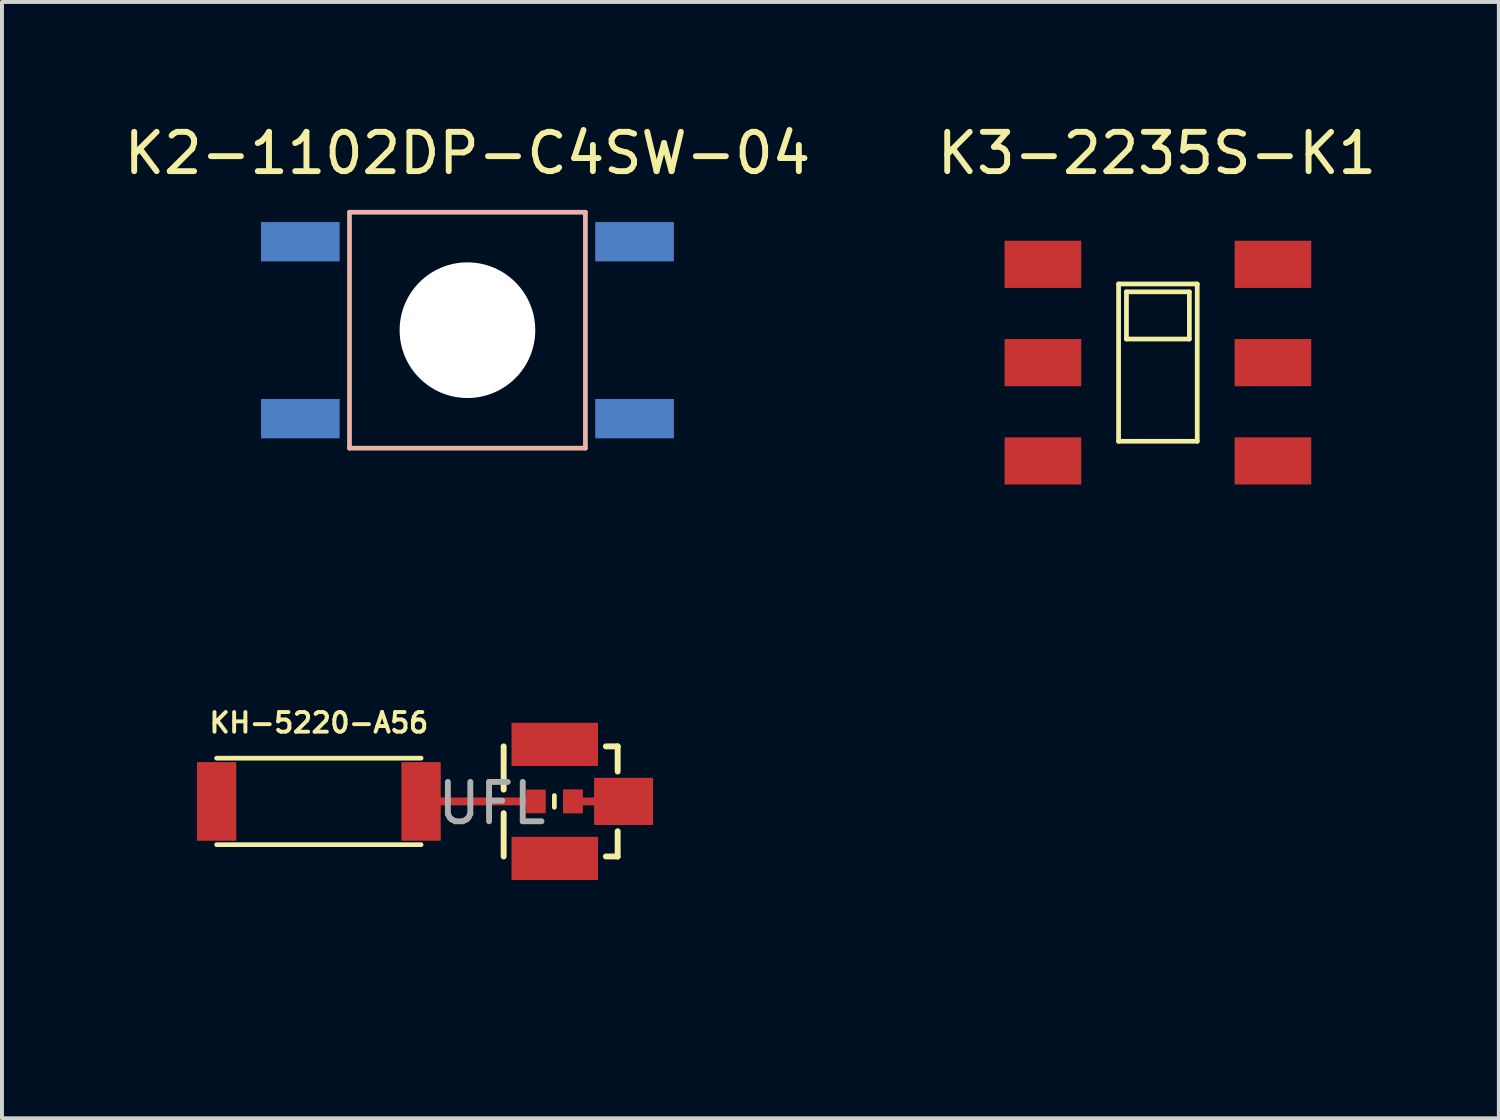
<source format=kicad_pcb>
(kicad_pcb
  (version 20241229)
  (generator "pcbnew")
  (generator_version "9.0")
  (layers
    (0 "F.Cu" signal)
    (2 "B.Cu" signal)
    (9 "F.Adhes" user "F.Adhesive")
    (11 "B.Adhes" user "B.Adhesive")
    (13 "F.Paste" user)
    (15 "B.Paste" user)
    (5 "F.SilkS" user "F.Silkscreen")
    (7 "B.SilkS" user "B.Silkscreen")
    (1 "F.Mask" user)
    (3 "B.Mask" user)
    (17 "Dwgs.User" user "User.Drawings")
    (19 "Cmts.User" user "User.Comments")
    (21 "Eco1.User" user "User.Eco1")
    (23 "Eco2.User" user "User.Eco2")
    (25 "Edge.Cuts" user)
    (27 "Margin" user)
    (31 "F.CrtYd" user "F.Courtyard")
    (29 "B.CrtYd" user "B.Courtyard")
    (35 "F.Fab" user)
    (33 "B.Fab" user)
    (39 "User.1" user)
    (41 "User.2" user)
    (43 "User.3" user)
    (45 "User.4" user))
  (footprint "KH-5220-A56"
    (layer "F.Cu")
    (at 5.06 17.333)
    (property "Reference" "KH-5220-A56" (at 0 -2 0) (layer "F.SilkS") (effects (font (size 0.5 0.5) (thickness 0.1))))
    (attr through_hole)
    (fp_line (start -2.6 -1.1) (end 2.6 -1.1) (stroke (width 0.12) (type solid)) (layer "F.SilkS"))
    (fp_line (start -2.6 1.1) (end 2.6 1.1) (stroke (width 0.12) (type solid)) (layer "F.SilkS"))
    (fp_line (start 4.7 -0.3) (end 4.7 -1.4) (stroke (width 0.15) (type solid)) (layer "F.SilkS"))
    (fp_line (start 4.7 0.3) (end 4.7 1.4) (stroke (width 0.15) (type solid)) (layer "F.SilkS"))
    (fp_line (start 5.99 -0.15) (end 5.99 0.15) (stroke (width 0.12) (type solid)) (layer "F.SilkS"))
    (fp_line (start 7.3 -1.4) (end 7.6 -1.4) (stroke (width 0.15) (type solid)) (layer "F.SilkS"))
    (fp_line (start 7.6 -0.76) (end 7.6 -1.4) (stroke (width 0.15) (type solid)) (layer "F.SilkS"))
    (fp_line (start 7.6 1.4) (end 7.3 1.4) (stroke (width 0.15) (type solid)) (layer "F.SilkS"))
    (fp_line (start 7.6 1.4) (end 7.6 0.76) (stroke (width 0.15) (type solid)) (layer "F.SilkS"))
    (fp_line (start 5 -5) (end -5 -5) (stroke (width 0.12) (type solid)) (layer "Eco1.User"))
    (fp_line (start 5 5) (end -5 5) (stroke (width 0.12) (type solid)) (layer "Eco1.User"))
    (fp_line (start 5 5) (end 5 -5) (stroke (width 0.12) (type solid)) (layer "Eco1.User"))
    (fp_text user "keepout" (at 0 3.5 0) (layer "Eco1.User") (effects (font (size 1 1) (thickness 0.15))))
    (fp_text user "keepout" (at 0 -3.5 0) (layer "Eco1.User") (effects (font (size 1 1) (thickness 0.15))))
    (fp_text user "UFL" (at 4.4 0.05 0) (layer "F.Fab") (effects (font (size 1 1) (thickness 0.15))))
    (pad "" smd rect (at 2.6 0 180) (size 1 2) (layers "F.Cu" "F.Mask" "F.Paste"))
    (pad "" smd rect (at 4.09 0 180) (size 3 0.2) (layers "F.Cu" "F.Mask"))
    (pad "" smd rect (at 5.52 0 180) (size 0.5 0.6) (layers "F.Cu" "F.Mask" "F.Paste"))
    (pad "" smd rect (at 6.46 0 180) (size 0.5 0.6) (layers "F.Cu" "F.Mask" "F.Paste"))
    (pad "1" smd custom (at 7.9 0) (size 1.2 1.2) (layers "F.Cu" "F.Mask" "F.Paste") (options (anchor rect)) (primitives (gr_poly (pts (xy 0.6 0.6) (xy -0.9 0.6) (xy -0.9 0.1) (xy -1.19 0.1) (xy -1.19 0.3) (xy -1.69 0.3) (xy -1.69 -0.3) (xy -1.19 -0.3) (xy -1.19 -0.1) (xy -0.9 -0.1) (xy -0.9 -0.6) (xy 0.6 -0.6)) (width 0) (fill yes))))
    (pad "2" smd rect (at 6 -1.45 90) (size 1.1 2.2) (layers "F.Cu" "F.Mask" "F.Paste"))
    (pad "2" smd rect (at 6 1.45 90) (size 1.1 2.2) (layers "F.Cu" "F.Mask" "F.Paste"))
    (pad "NC" smd rect (at -2.6 0) (size 1 2) (layers "F.Cu" "F.Mask" "F.Paste")))
  (footprint "K3-2235S-K1"
    (layer "F.Cu")
    (at 26.4 6.173)
    (property "Reference" "K3-2235S-K1" (at -0.025 -5.325 0) (layer "F.SilkS") (effects (font (size 1 1) (thickness 0.15))))
    (attr through_hole)
    (fp_line (start -1 -2) (end 1 -2) (stroke (width 0.12) (type solid)) (layer "F.SilkS"))
    (fp_line (start -1 2) (end -1 -2) (stroke (width 0.12) (type solid)) (layer "F.SilkS"))
    (fp_line (start -0.8 -1.8) (end 0.8 -1.8) (stroke (width 0.12) (type solid)) (layer "F.SilkS"))
    (fp_line (start -0.8 -0.6) (end -0.8 -1.8) (stroke (width 0.12) (type solid)) (layer "F.SilkS"))
    (fp_line (start 0.8 -1.8) (end 0.8 -0.6) (stroke (width 0.12) (type solid)) (layer "F.SilkS"))
    (fp_line (start 0.8 -0.6) (end -0.8 -0.6) (stroke (width 0.12) (type solid)) (layer "F.SilkS"))
    (fp_line (start 1 -2) (end 1 2) (stroke (width 0.12) (type solid)) (layer "F.SilkS"))
    (fp_line (start 1 2) (end -1 2) (stroke (width 0.12) (type solid)) (layer "F.SilkS"))
    (pad "1" smd rect (at -2.925 -2.5) (size 1.95 1.2) (layers "F.Cu" "F.Mask" "F.Paste"))
    (pad "2" smd rect (at -2.925 0) (size 1.95 1.2) (layers "F.Cu" "F.Mask" "F.Paste"))
    (pad "3" smd rect (at -2.925 2.5) (size 1.95 1.2) (layers "F.Cu" "F.Mask" "F.Paste"))
    (pad "4" smd rect (at 2.925 -2.5) (size 1.95 1.2) (layers "F.Cu" "F.Mask" "F.Paste"))
    (pad "5" smd rect (at 2.925 0) (size 1.95 1.2) (layers "F.Cu" "F.Mask" "F.Paste"))
    (pad "6" smd rect (at 2.925 2.5) (size 1.95 1.2) (layers "F.Cu" "F.Mask" "F.Paste")))
  (footprint "K2-1102DP-C4SW-04"
    (layer "F.Cu")
    (at 8.839 5.348)
    (property "Reference" "K2-1102DP-C4SW-04" (at 0 -4.5 0) (layer "F.SilkS") (effects (font (size 1 1) (thickness 0.15))))
    (attr through_hole)
    (fp_line (start -3 -3) (end -3 3) (stroke (width 0.12) (type solid)) (layer "B.SilkS"))
    (fp_line (start -3 -3) (end 3 -3) (stroke (width 0.12) (type solid)) (layer "B.SilkS"))
    (fp_line (start -3 3) (end 3 3) (stroke (width 0.12) (type solid)) (layer "B.SilkS"))
    (fp_line (start 3 -3) (end 3 3) (stroke (width 0.12) (type solid)) (layer "B.SilkS"))
    (pad "" np_thru_hole circle (at 0 0) (size 3.45 3.45) (drill 3.45) (layers "*.Cu" "*.Mask"))
    (pad "1" smd rect (at -4.25 -2.25) (size 2 1) (layers "B.Cu" "B.Mask" "B.Paste"))
    (pad "1" smd rect (at 4.25 -2.25) (size 2 1) (layers "B.Cu" "B.Mask" "B.Paste"))
    (pad "2" smd rect (at -4.25 2.25) (size 2 1) (layers "B.Cu" "B.Mask" "B.Paste"))
    (pad "2" smd rect (at 4.25 2.25) (size 2 1) (layers "B.Cu" "B.Mask" "B.Paste")))
  (gr_rect
    (start -3 -3)
    (end 35.071 25.393)
    (stroke (width 0.1) (type default))
    (fill no)
    (layer "Edge.Cuts")))
</source>
